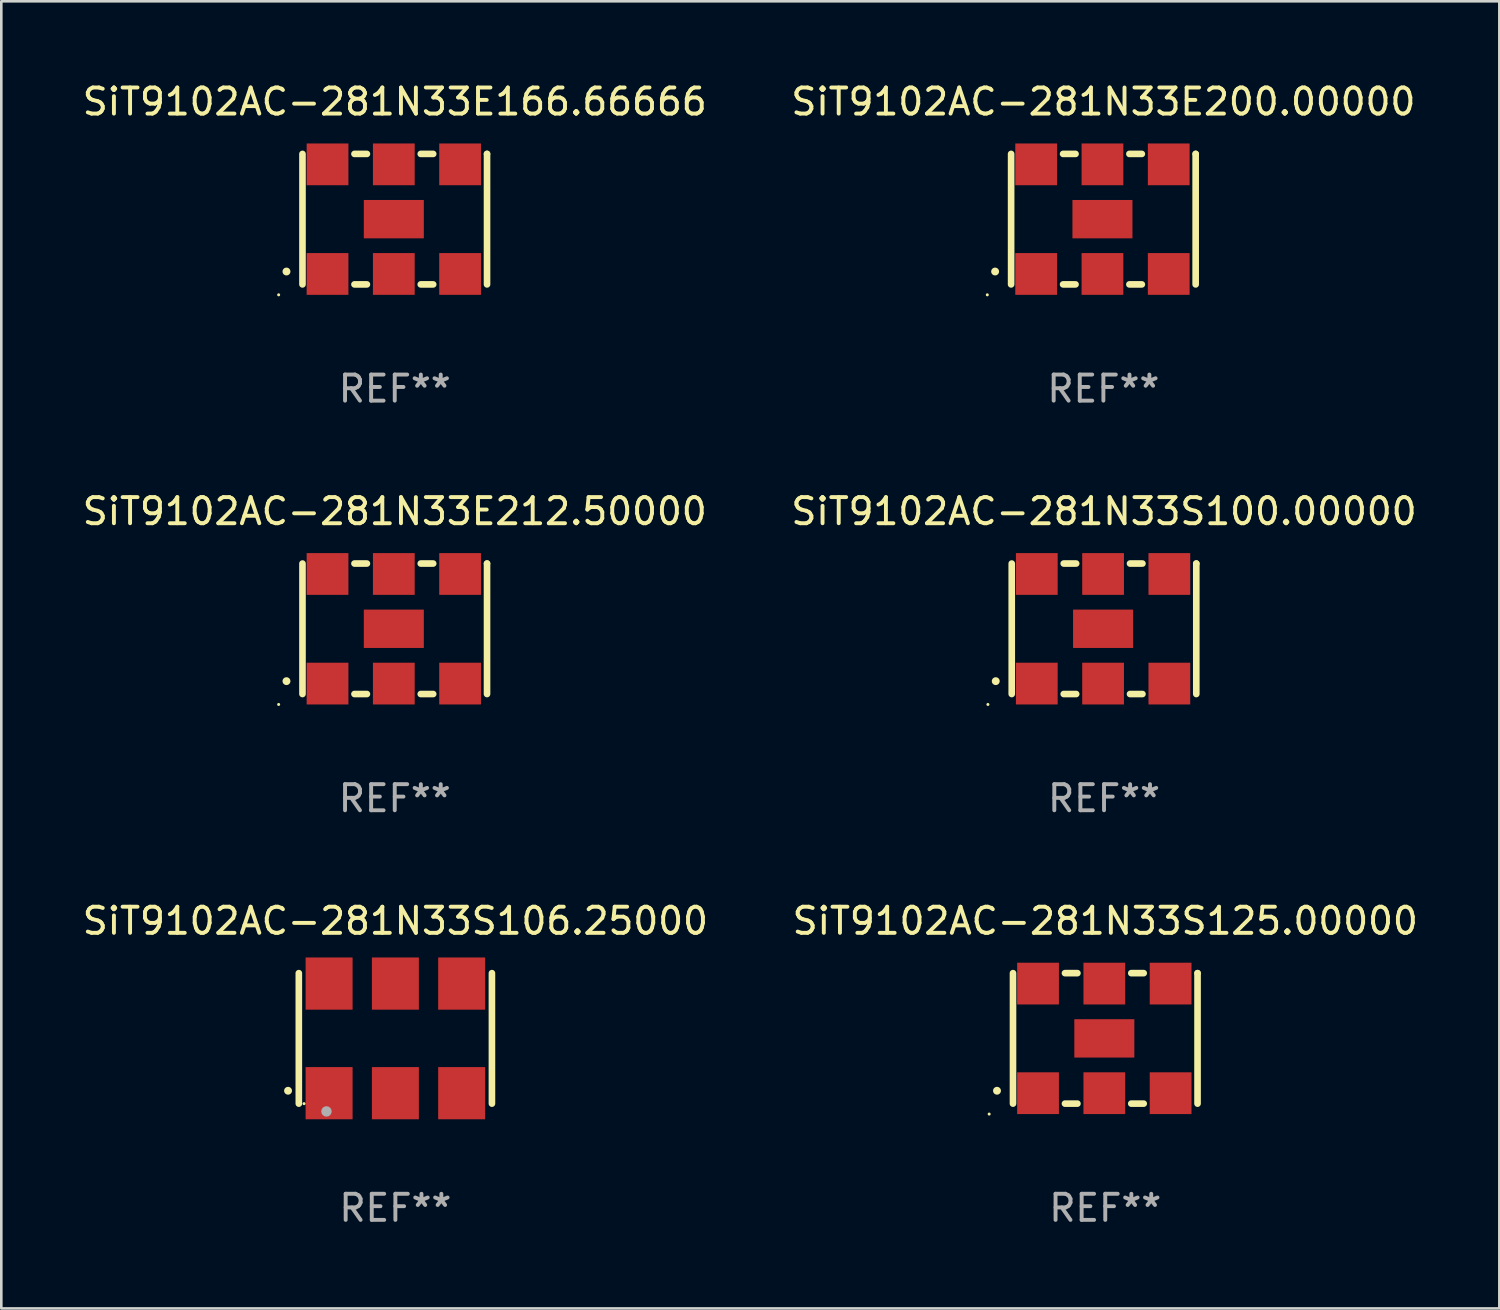
<source format=kicad_pcb>
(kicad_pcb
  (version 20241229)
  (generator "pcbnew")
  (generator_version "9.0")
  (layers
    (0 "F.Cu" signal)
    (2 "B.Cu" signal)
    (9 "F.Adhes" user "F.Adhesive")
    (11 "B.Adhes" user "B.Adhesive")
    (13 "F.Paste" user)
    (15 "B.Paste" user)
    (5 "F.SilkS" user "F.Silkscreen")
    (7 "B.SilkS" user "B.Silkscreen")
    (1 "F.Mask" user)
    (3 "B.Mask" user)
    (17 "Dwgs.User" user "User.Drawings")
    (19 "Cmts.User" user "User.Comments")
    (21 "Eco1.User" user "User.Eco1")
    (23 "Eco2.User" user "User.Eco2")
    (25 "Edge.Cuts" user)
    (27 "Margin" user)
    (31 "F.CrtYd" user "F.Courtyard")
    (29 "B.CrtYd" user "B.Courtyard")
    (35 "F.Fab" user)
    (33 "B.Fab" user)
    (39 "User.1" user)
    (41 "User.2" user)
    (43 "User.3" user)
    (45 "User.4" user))
  (footprint "SiT9102AC-281N33E200.00000"
    (layer "F.Cu")
    (at 39.232 5.348)
    (property "Reference" "SiT9102AC-281N33E200.00000" (at 0 -4.5 0) (layer "F.SilkS") (effects (font (size 1 1) (thickness 0.15))))
    (attr through_hole)
    (fp_line (start -3.536 -2.5) (end -3.536 2.5) (stroke (width 0.254) (type solid)) (layer "F.SilkS"))
    (fp_line (start -1.544 2.5) (end -1.067 2.5) (stroke (width 0.254) (type solid)) (layer "F.SilkS"))
    (fp_line (start -1.067 -2.5) (end -1.544 -2.5) (stroke (width 0.254) (type solid)) (layer "F.SilkS"))
    (fp_line (start 0.996 2.5) (end 1.473 2.5) (stroke (width 0.254) (type solid)) (layer "F.SilkS"))
    (fp_line (start 1.473 -2.5) (end 0.996 -2.5) (stroke (width 0.254) (type solid)) (layer "F.SilkS"))
    (fp_line (start 3.536 -2.5) (end 3.536 -2.5) (stroke (width 0.254) (type solid)) (layer "F.SilkS"))
    (fp_line (start 3.536 2.5) (end 3.536 -2.5) (stroke (width 0.254) (type solid)) (layer "F.SilkS"))
    (fp_arc (start -4.150432 2.006604) (mid -4.149162 2.006599) (end -4.147892 2.006604) (stroke (width 0.3) (type solid)) (layer "F.SilkS"))
    (fp_circle (center -4.449 2.9) (end -4.419 2.9) (stroke (width 0.06) (type solid)) (fill no) (layer "F.SilkS"))
    (fp_text user "REF**" (at 0 6.5 0) (layer "F.Fab") (effects (font (size 1 1) (thickness 0.15))))
    (pad "1" smd rect (at -2.576 2.1) (size 1.6 1.6) (layers "F.Cu" "F.Mask" "F.Paste"))
    (pad "2" smd rect (at -0.036 2.1) (size 1.6 1.6) (layers "F.Cu" "F.Mask" "F.Paste"))
    (pad "3" smd rect (at 2.504 2.1) (size 1.6 1.6) (layers "F.Cu" "F.Mask" "F.Paste"))
    (pad "4" smd rect (at 2.504 -2.1) (size 1.6 1.6) (layers "F.Cu" "F.Mask" "F.Paste"))
    (pad "5" smd rect (at -0.036 -2.1) (size 1.6 1.6) (layers "F.Cu" "F.Mask" "F.Paste"))
    (pad "6" smd rect (at -2.576 -2.1) (size 1.6 1.6) (layers "F.Cu" "F.Mask" "F.Paste"))
    (pad "7" smd rect (at -0.036 0) (size 2.3 1.47) (layers "F.Cu" "F.Mask" "F.Paste")))
  (footprint "SiT9102AC-281N33S125.00000"
    (layer "F.Cu")
    (at 39.304 36.741)
    (property "Reference" "SiT9102AC-281N33S125.00000" (at 0 -4.5 0) (layer "F.SilkS") (effects (font (size 1 1) (thickness 0.15))))
    (attr through_hole)
    (fp_line (start -3.536 -2.5) (end -3.536 2.5) (stroke (width 0.254) (type solid)) (layer "F.SilkS"))
    (fp_line (start -1.544 2.5) (end -1.067 2.5) (stroke (width 0.254) (type solid)) (layer "F.SilkS"))
    (fp_line (start -1.067 -2.5) (end -1.544 -2.5) (stroke (width 0.254) (type solid)) (layer "F.SilkS"))
    (fp_line (start 0.996 2.5) (end 1.473 2.5) (stroke (width 0.254) (type solid)) (layer "F.SilkS"))
    (fp_line (start 1.473 -2.5) (end 0.996 -2.5) (stroke (width 0.254) (type solid)) (layer "F.SilkS"))
    (fp_line (start 3.536 -2.5) (end 3.536 -2.5) (stroke (width 0.254) (type solid)) (layer "F.SilkS"))
    (fp_line (start 3.536 2.5) (end 3.536 -2.5) (stroke (width 0.254) (type solid)) (layer "F.SilkS"))
    (fp_arc (start -4.150432 2.006604) (mid -4.149162 2.006599) (end -4.147892 2.006604) (stroke (width 0.3) (type solid)) (layer "F.SilkS"))
    (fp_circle (center -4.449 2.9) (end -4.419 2.9) (stroke (width 0.06) (type solid)) (fill no) (layer "F.SilkS"))
    (fp_text user "REF**" (at 0 6.5 0) (layer "F.Fab") (effects (font (size 1 1) (thickness 0.15))))
    (pad "1" smd rect (at -2.576 2.1) (size 1.6 1.6) (layers "F.Cu" "F.Mask" "F.Paste"))
    (pad "2" smd rect (at -0.036 2.1) (size 1.6 1.6) (layers "F.Cu" "F.Mask" "F.Paste"))
    (pad "3" smd rect (at 2.504 2.1) (size 1.6 1.6) (layers "F.Cu" "F.Mask" "F.Paste"))
    (pad "4" smd rect (at 2.504 -2.1) (size 1.6 1.6) (layers "F.Cu" "F.Mask" "F.Paste"))
    (pad "5" smd rect (at -0.036 -2.1) (size 1.6 1.6) (layers "F.Cu" "F.Mask" "F.Paste"))
    (pad "6" smd rect (at -2.576 -2.1) (size 1.6 1.6) (layers "F.Cu" "F.Mask" "F.Paste"))
    (pad "7" smd rect (at -0.036 0) (size 2.3 1.47) (layers "F.Cu" "F.Mask" "F.Paste")))
  (footprint "SiT9102AC-281N33S106.25000"
    (layer "F.Cu")
    (at 12.101 36.741)
    (property "Reference" "SiT9102AC-281N33S106.25000" (at 0 -4.5 0) (layer "F.SilkS") (effects (font (size 1 1) (thickness 0.15))))
    (attr through_hole)
    (fp_line (start -3.7 -2.5) (end -3.7 2.5) (stroke (width 0.254) (type solid)) (layer "F.SilkS"))
    (fp_line (start 3.7 -2.5) (end 3.7 2.5) (stroke (width 0.254) (type solid)) (layer "F.SilkS"))
    (fp_arc (start -4.114415 2.006604) (mid -4.113145 2.006599) (end -4.111875 2.006604) (stroke (width 0.3) (type solid)) (layer "F.SilkS"))
    (fp_circle (center -3.5 2.501) (end -3.47 2.501) (stroke (width 0.06) (type solid)) (fill no) (layer "F.SilkS"))
    (fp_circle (center -2.641 2.799) (end -2.541 2.799) (stroke (width 0.2) (type solid)) (fill no) (layer "F.Fab"))
    (fp_text user "REF**" (at 0 6.5 0) (layer "F.Fab") (effects (font (size 1 1) (thickness 0.15))))
    (pad "1" smd rect (at -2.54 2.1) (size 1.8 2) (layers "F.Cu" "F.Mask" "F.Paste"))
    (pad "2" smd rect (at 0.000394 2.1) (size 1.8 2) (layers "F.Cu" "F.Mask" "F.Paste"))
    (pad "3" smd rect (at 2.54 2.1) (size 1.8 2) (layers "F.Cu" "F.Mask" "F.Paste"))
    (pad "4" smd rect (at 2.54 -2.1) (size 1.8 2) (layers "F.Cu" "F.Mask" "F.Paste"))
    (pad "5" smd rect (at 0.000394 -2.1) (size 1.8 2) (layers "F.Cu" "F.Mask" "F.Paste"))
    (pad "6" smd rect (at -2.54 -2.1) (size 1.8 2) (layers "F.Cu" "F.Mask" "F.Paste")))
  (footprint "SiT9102AC-281N33S100.00000"
    (layer "F.Cu")
    (at 39.256 21.045)
    (property "Reference" "SiT9102AC-281N33S100.00000" (at 0 -4.5 0) (layer "F.SilkS") (effects (font (size 1 1) (thickness 0.15))))
    (attr through_hole)
    (fp_line (start -3.536 -2.5) (end -3.536 2.5) (stroke (width 0.254) (type solid)) (layer "F.SilkS"))
    (fp_line (start -1.544 2.5) (end -1.067 2.5) (stroke (width 0.254) (type solid)) (layer "F.SilkS"))
    (fp_line (start -1.067 -2.5) (end -1.544 -2.5) (stroke (width 0.254) (type solid)) (layer "F.SilkS"))
    (fp_line (start 0.996 2.5) (end 1.473 2.5) (stroke (width 0.254) (type solid)) (layer "F.SilkS"))
    (fp_line (start 1.473 -2.5) (end 0.996 -2.5) (stroke (width 0.254) (type solid)) (layer "F.SilkS"))
    (fp_line (start 3.536 -2.5) (end 3.536 -2.5) (stroke (width 0.254) (type solid)) (layer "F.SilkS"))
    (fp_line (start 3.536 2.5) (end 3.536 -2.5) (stroke (width 0.254) (type solid)) (layer "F.SilkS"))
    (fp_arc (start -4.150432 2.006604) (mid -4.149162 2.006599) (end -4.147892 2.006604) (stroke (width 0.3) (type solid)) (layer "F.SilkS"))
    (fp_circle (center -4.449 2.9) (end -4.419 2.9) (stroke (width 0.06) (type solid)) (fill no) (layer "F.SilkS"))
    (fp_text user "REF**" (at 0 6.5 0) (layer "F.Fab") (effects (font (size 1 1) (thickness 0.15))))
    (pad "1" smd rect (at -2.576 2.1) (size 1.6 1.6) (layers "F.Cu" "F.Mask" "F.Paste"))
    (pad "2" smd rect (at -0.036 2.1) (size 1.6 1.6) (layers "F.Cu" "F.Mask" "F.Paste"))
    (pad "3" smd rect (at 2.504 2.1) (size 1.6 1.6) (layers "F.Cu" "F.Mask" "F.Paste"))
    (pad "4" smd rect (at 2.504 -2.1) (size 1.6 1.6) (layers "F.Cu" "F.Mask" "F.Paste"))
    (pad "5" smd rect (at -0.036 -2.1) (size 1.6 1.6) (layers "F.Cu" "F.Mask" "F.Paste"))
    (pad "6" smd rect (at -2.576 -2.1) (size 1.6 1.6) (layers "F.Cu" "F.Mask" "F.Paste"))
    (pad "7" smd rect (at -0.036 0) (size 2.3 1.47) (layers "F.Cu" "F.Mask" "F.Paste")))
  (footprint "SiT9102AC-281N33E166.66666"
    (layer "F.Cu")
    (at 12.077 5.348)
    (property "Reference" "SiT9102AC-281N33E166.66666" (at 0 -4.5 0) (layer "F.SilkS") (effects (font (size 1 1) (thickness 0.15))))
    (attr through_hole)
    (fp_line (start -3.536 -2.5) (end -3.536 2.5) (stroke (width 0.254) (type solid)) (layer "F.SilkS"))
    (fp_line (start -1.544 2.5) (end -1.067 2.5) (stroke (width 0.254) (type solid)) (layer "F.SilkS"))
    (fp_line (start -1.067 -2.5) (end -1.544 -2.5) (stroke (width 0.254) (type solid)) (layer "F.SilkS"))
    (fp_line (start 0.996 2.5) (end 1.473 2.5) (stroke (width 0.254) (type solid)) (layer "F.SilkS"))
    (fp_line (start 1.473 -2.5) (end 0.996 -2.5) (stroke (width 0.254) (type solid)) (layer "F.SilkS"))
    (fp_line (start 3.536 -2.5) (end 3.536 -2.5) (stroke (width 0.254) (type solid)) (layer "F.SilkS"))
    (fp_line (start 3.536 2.5) (end 3.536 -2.5) (stroke (width 0.254) (type solid)) (layer "F.SilkS"))
    (fp_arc (start -4.150432 2.006604) (mid -4.149162 2.006599) (end -4.147892 2.006604) (stroke (width 0.3) (type solid)) (layer "F.SilkS"))
    (fp_circle (center -4.449 2.9) (end -4.419 2.9) (stroke (width 0.06) (type solid)) (fill no) (layer "F.SilkS"))
    (fp_text user "REF**" (at 0 6.5 0) (layer "F.Fab") (effects (font (size 1 1) (thickness 0.15))))
    (pad "1" smd rect (at -2.576 2.1) (size 1.6 1.6) (layers "F.Cu" "F.Mask" "F.Paste"))
    (pad "2" smd rect (at -0.036 2.1) (size 1.6 1.6) (layers "F.Cu" "F.Mask" "F.Paste"))
    (pad "3" smd rect (at 2.504 2.1) (size 1.6 1.6) (layers "F.Cu" "F.Mask" "F.Paste"))
    (pad "4" smd rect (at 2.504 -2.1) (size 1.6 1.6) (layers "F.Cu" "F.Mask" "F.Paste"))
    (pad "5" smd rect (at -0.036 -2.1) (size 1.6 1.6) (layers "F.Cu" "F.Mask" "F.Paste"))
    (pad "6" smd rect (at -2.576 -2.1) (size 1.6 1.6) (layers "F.Cu" "F.Mask" "F.Paste"))
    (pad "7" smd rect (at -0.036 0) (size 2.3 1.47) (layers "F.Cu" "F.Mask" "F.Paste")))
  (footprint "SiT9102AC-281N33E212.50000"
    (layer "F.Cu")
    (at 12.077 21.045)
    (property "Reference" "SiT9102AC-281N33E212.50000" (at 0 -4.5 0) (layer "F.SilkS") (effects (font (size 1 1) (thickness 0.15))))
    (attr through_hole)
    (fp_line (start -3.536 -2.5) (end -3.536 2.5) (stroke (width 0.254) (type solid)) (layer "F.SilkS"))
    (fp_line (start -1.544 2.5) (end -1.067 2.5) (stroke (width 0.254) (type solid)) (layer "F.SilkS"))
    (fp_line (start -1.067 -2.5) (end -1.544 -2.5) (stroke (width 0.254) (type solid)) (layer "F.SilkS"))
    (fp_line (start 0.996 2.5) (end 1.473 2.5) (stroke (width 0.254) (type solid)) (layer "F.SilkS"))
    (fp_line (start 1.473 -2.5) (end 0.996 -2.5) (stroke (width 0.254) (type solid)) (layer "F.SilkS"))
    (fp_line (start 3.536 -2.5) (end 3.536 -2.5) (stroke (width 0.254) (type solid)) (layer "F.SilkS"))
    (fp_line (start 3.536 2.5) (end 3.536 -2.5) (stroke (width 0.254) (type solid)) (layer "F.SilkS"))
    (fp_arc (start -4.150432 2.006604) (mid -4.149162 2.006599) (end -4.147892 2.006604) (stroke (width 0.3) (type solid)) (layer "F.SilkS"))
    (fp_circle (center -4.449 2.9) (end -4.419 2.9) (stroke (width 0.06) (type solid)) (fill no) (layer "F.SilkS"))
    (fp_text user "REF**" (at 0 6.5 0) (layer "F.Fab") (effects (font (size 1 1) (thickness 0.15))))
    (pad "1" smd rect (at -2.576 2.1) (size 1.6 1.6) (layers "F.Cu" "F.Mask" "F.Paste"))
    (pad "2" smd rect (at -0.036 2.1) (size 1.6 1.6) (layers "F.Cu" "F.Mask" "F.Paste"))
    (pad "3" smd rect (at 2.504 2.1) (size 1.6 1.6) (layers "F.Cu" "F.Mask" "F.Paste"))
    (pad "4" smd rect (at 2.504 -2.1) (size 1.6 1.6) (layers "F.Cu" "F.Mask" "F.Paste"))
    (pad "5" smd rect (at -0.036 -2.1) (size 1.6 1.6) (layers "F.Cu" "F.Mask" "F.Paste"))
    (pad "6" smd rect (at -2.576 -2.1) (size 1.6 1.6) (layers "F.Cu" "F.Mask" "F.Paste"))
    (pad "7" smd rect (at -0.036 0) (size 2.3 1.47) (layers "F.Cu" "F.Mask" "F.Paste")))
  (gr_rect
    (start -3 -3)
    (end 54.405 47.09)
    (stroke (width 0.1) (type default))
    (fill no)
    (layer "Edge.Cuts")))
</source>
